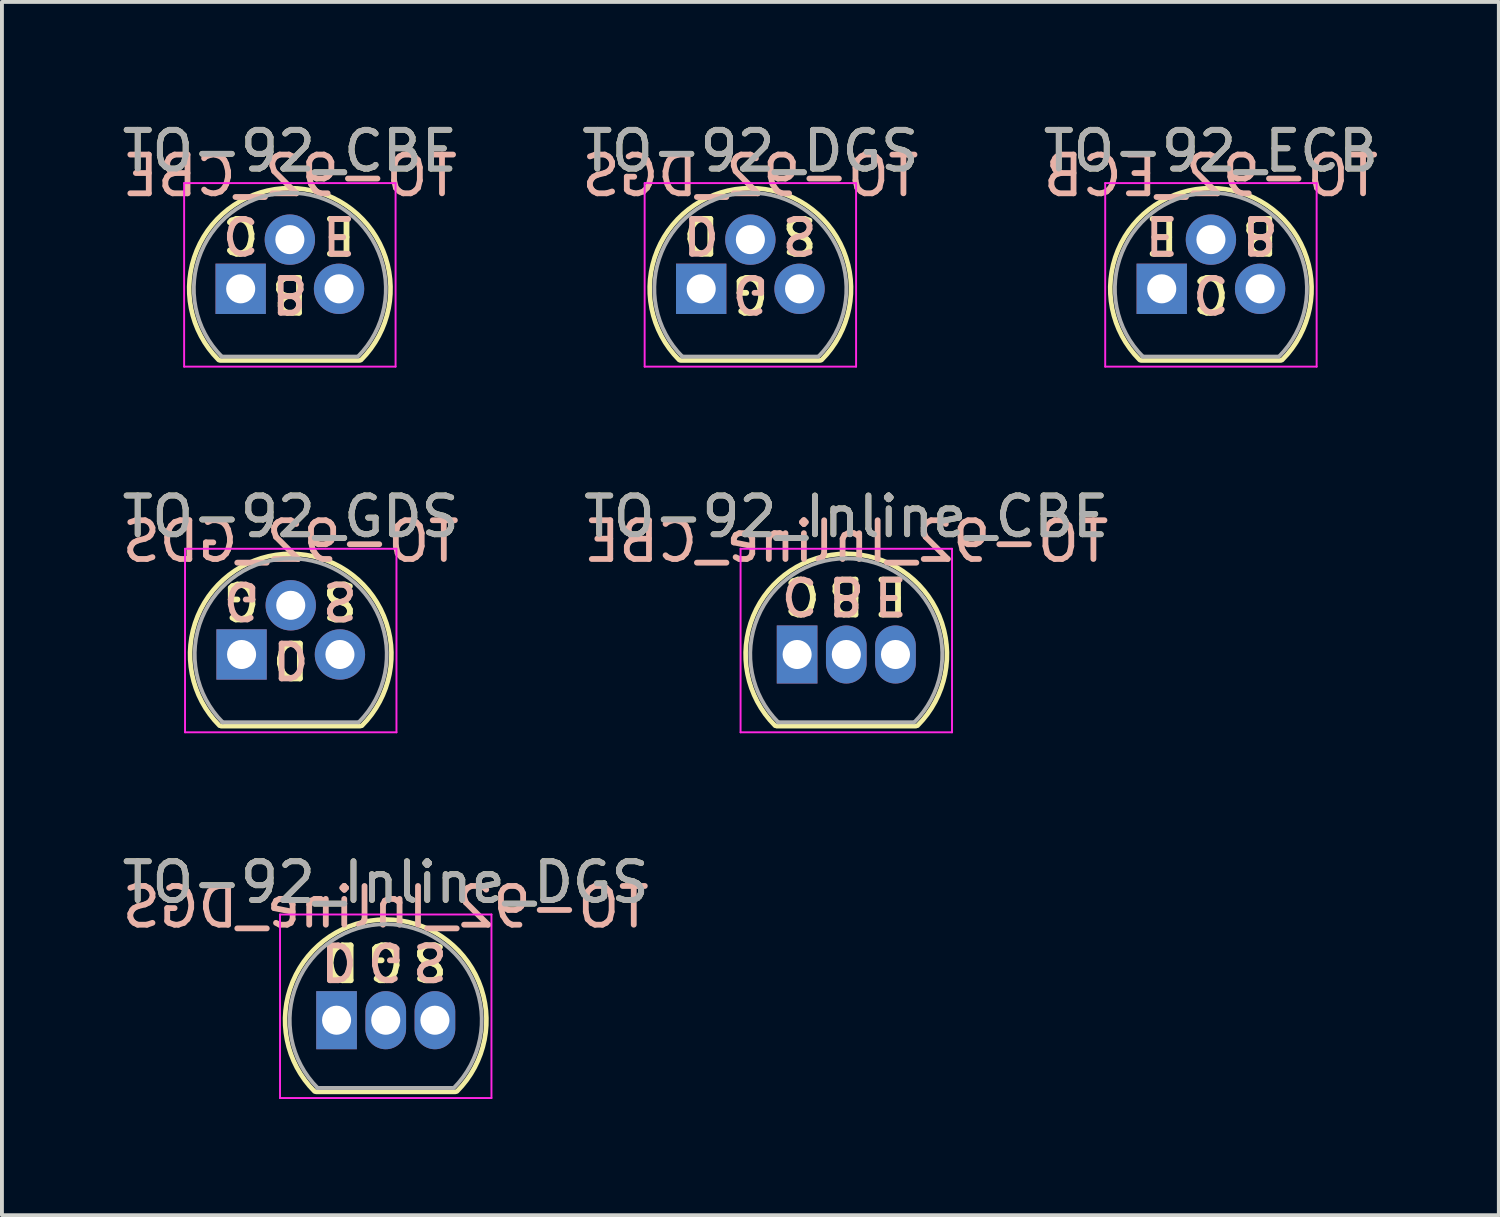
<source format=kicad_pcb>
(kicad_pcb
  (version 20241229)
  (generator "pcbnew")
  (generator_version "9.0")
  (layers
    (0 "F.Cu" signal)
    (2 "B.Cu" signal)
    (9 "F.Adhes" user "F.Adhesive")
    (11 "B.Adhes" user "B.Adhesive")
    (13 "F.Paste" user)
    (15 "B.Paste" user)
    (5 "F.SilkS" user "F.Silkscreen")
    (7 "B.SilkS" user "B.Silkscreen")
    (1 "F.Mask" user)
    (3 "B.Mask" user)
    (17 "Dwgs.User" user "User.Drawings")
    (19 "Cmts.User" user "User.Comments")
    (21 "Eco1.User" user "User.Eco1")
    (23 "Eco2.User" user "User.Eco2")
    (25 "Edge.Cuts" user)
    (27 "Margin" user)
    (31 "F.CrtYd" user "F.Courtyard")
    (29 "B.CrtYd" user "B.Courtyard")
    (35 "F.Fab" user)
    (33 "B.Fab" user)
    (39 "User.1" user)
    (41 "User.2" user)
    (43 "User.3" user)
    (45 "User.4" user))
  (footprint "TO-92_CBE"
    (layer "F.Cu")
    (at 3.165 4.408)
    (property "Reference" "TO-92_CBE" (at 1.27 -3.56 0) (layer "F.SilkS") (effects (font (size 1 1) (thickness 0.15))))
    (fp_line (start -0.53 1.85) (end 3.07 1.85) (stroke (width 0.12) (type solid)) (layer "F.SilkS"))
    (fp_arc (start -0.568478 1.838478) (mid -1.132087 -0.994977) (end 1.27 -2.6) (stroke (width 0.12) (type solid)) (layer "F.SilkS"))
    (fp_arc (start 1.27 -2.6) (mid 3.672087 -0.994977) (end 3.108478 1.838478) (stroke (width 0.12) (type solid)) (layer "F.SilkS"))
    (fp_line (start -1.46 -2.73) (end -1.46 2.01) (stroke (width 0.05) (type solid)) (layer "F.CrtYd"))
    (fp_line (start -1.46 -2.73) (end 4 -2.73) (stroke (width 0.05) (type solid)) (layer "F.CrtYd"))
    (fp_line (start 4 2.01) (end -1.46 2.01) (stroke (width 0.05) (type solid)) (layer "F.CrtYd"))
    (fp_line (start 4 2.01) (end 4 -2.73) (stroke (width 0.05) (type solid)) (layer "F.CrtYd"))
    (fp_line (start -0.5 1.75) (end 3 1.75) (stroke (width 0.1) (type solid)) (layer "F.Fab"))
    (fp_arc (start -0.483625 1.753625) (mid -1.021221 -0.949055) (end 1.27 -2.48) (stroke (width 0.1) (type solid)) (layer "F.Fab"))
    (fp_arc (start 1.27 -2.48) (mid 3.561221 -0.949055) (end 3.023625 1.753625) (stroke (width 0.1) (type solid)) (layer "F.Fab"))
    (fp_text user "E" (at 2.54 -1.397 180) (unlocked yes) (layer "F.SilkS") (effects (font (size 0.9 0.9) (thickness 0.15))))
    (fp_text user "C" (at 0 -1.397 180) (unlocked yes) (layer "F.SilkS") (effects (font (size 0.9 0.9) (thickness 0.15))))
    (fp_text user "B" (at 1.27 0.127 180) (unlocked yes) (layer "F.SilkS") (effects (font (size 0.9 0.9) (thickness 0.15))))
    (fp_text user "C" (at 0 -1.397 180) (unlocked yes) (layer "B.SilkS") (effects (font (size 0.9 0.9) (thickness 0.15)) (justify mirror)))
    (fp_text user "E" (at 2.54 -1.397 180) (unlocked yes) (layer "B.SilkS") (effects (font (size 0.9 0.9) (thickness 0.15)) (justify mirror)))
    (fp_text user "B" (at 1.27 0.127 180) (unlocked yes) (layer "B.SilkS") (effects (font (size 0.9 0.9) (thickness 0.15)) (justify mirror)))
    (fp_text user "${REFERENCE}" (at 1.27 -2.921 0) (layer "B.SilkS") (effects (font (size 1 1) (thickness 0.15)) (justify mirror)))
    (fp_text user "${REFERENCE}" (at 1.27 -3.56 0) (layer "F.Fab") (effects (font (size 1 1) (thickness 0.15))))
    (pad "1" thru_hole rect (at 0 0 90) (size 1.3 1.3) (drill 0.75) (layers "*.Cu" "*.Mask"))
    (pad "2" thru_hole circle (at 1.27 -1.27 90) (size 1.3 1.3) (drill 0.75) (layers "*.Cu" "*.Mask"))
    (pad "3" thru_hole circle (at 2.54 0 90) (size 1.3 1.3) (drill 0.75) (layers "*.Cu" "*.Mask")))
  (footprint "TO-92_Inline_DGS"
    (layer "F.Cu")
    (at 5.641 23.295)
    (property "Reference" "TO-92_Inline_DGS" (at 1.27 -3.56 0) (layer "F.SilkS") (effects (font (size 1 1) (thickness 0.15))))
    (fp_line (start -0.53 1.85) (end 3.07 1.85) (stroke (width 0.12) (type solid)) (layer "F.SilkS"))
    (fp_arc (start -0.568478 1.838478) (mid -1.132087 -0.994977) (end 1.27 -2.6) (stroke (width 0.12) (type solid)) (layer "F.SilkS"))
    (fp_arc (start 1.27 -2.6) (mid 3.672087 -0.994977) (end 3.108478 1.838478) (stroke (width 0.12) (type solid)) (layer "F.SilkS"))
    (fp_line (start -1.46 -2.73) (end -1.46 2.01) (stroke (width 0.05) (type solid)) (layer "F.CrtYd"))
    (fp_line (start -1.46 -2.73) (end 4 -2.73) (stroke (width 0.05) (type solid)) (layer "F.CrtYd"))
    (fp_line (start 4 2.01) (end -1.46 2.01) (stroke (width 0.05) (type solid)) (layer "F.CrtYd"))
    (fp_line (start 4 2.01) (end 4 -2.73) (stroke (width 0.05) (type solid)) (layer "F.CrtYd"))
    (fp_line (start -0.5 1.75) (end 3 1.75) (stroke (width 0.1) (type solid)) (layer "F.Fab"))
    (fp_arc (start -0.483625 1.753625) (mid -1.021221 -0.949055) (end 1.27 -2.48) (stroke (width 0.1) (type solid)) (layer "F.Fab"))
    (fp_arc (start 1.27 -2.48) (mid 3.561221 -0.949055) (end 3.023625 1.753625) (stroke (width 0.1) (type solid)) (layer "F.Fab"))
    (fp_text user "S" (at 2.413 -1.524 180) (unlocked yes) (layer "F.SilkS") (effects (font (size 0.9 0.9) (thickness 0.15))))
    (fp_text user "G" (at 1.27 -1.524 180) (unlocked yes) (layer "F.SilkS") (effects (font (size 0.9 0.9) (thickness 0.15))))
    (fp_text user "D" (at 0.127 -1.524 180) (unlocked yes) (layer "F.SilkS") (effects (font (size 0.9 0.9) (thickness 0.15))))
    (fp_text user "G" (at 1.27 -1.524 180) (unlocked yes) (layer "B.SilkS") (effects (font (size 0.9 0.9) (thickness 0.15)) (justify mirror)))
    (fp_text user "D" (at 0.064 -1.524 180) (unlocked yes) (layer "B.SilkS") (effects (font (size 0.9 0.9) (thickness 0.15)) (justify mirror)))
    (fp_text user "${REFERENCE}" (at 1.27 -2.921 0) (layer "B.SilkS") (effects (font (size 1 1) (thickness 0.15)) (justify mirror)))
    (fp_text user "S" (at 2.413 -1.524 180) (unlocked yes) (layer "B.SilkS") (effects (font (size 0.9 0.9) (thickness 0.15)) (justify mirror)))
    (fp_text user "${REFERENCE}" (at 1.27 -3.56 0) (layer "F.Fab") (effects (font (size 1 1) (thickness 0.15))))
    (pad "1" thru_hole rect (at 0 0) (size 1.05 1.5) (drill 0.75) (layers "*.Cu" "*.Mask"))
    (pad "2" thru_hole oval (at 1.27 0) (size 1.05 1.5) (drill 0.75) (layers "*.Cu" "*.Mask"))
    (pad "3" thru_hole oval (at 2.54 0) (size 1.05 1.5) (drill 0.75) (layers "*.Cu" "*.Mask")))
  (footprint "TO-92_DGS"
    (layer "F.Cu")
    (at 15.057 4.408)
    (property "Reference" "TO-92_DGS" (at 1.27 -3.56 0) (layer "F.SilkS") (effects (font (size 1 1) (thickness 0.15))))
    (fp_line (start -0.53 1.85) (end 3.07 1.85) (stroke (width 0.12) (type solid)) (layer "F.SilkS"))
    (fp_arc (start -0.568478 1.838478) (mid -1.132087 -0.994977) (end 1.27 -2.6) (stroke (width 0.12) (type solid)) (layer "F.SilkS"))
    (fp_arc (start 1.27 -2.6) (mid 3.672087 -0.994977) (end 3.108478 1.838478) (stroke (width 0.12) (type solid)) (layer "F.SilkS"))
    (fp_line (start -1.46 -2.73) (end -1.46 2.01) (stroke (width 0.05) (type solid)) (layer "F.CrtYd"))
    (fp_line (start -1.46 -2.73) (end 4 -2.73) (stroke (width 0.05) (type solid)) (layer "F.CrtYd"))
    (fp_line (start 4 2.01) (end -1.46 2.01) (stroke (width 0.05) (type solid)) (layer "F.CrtYd"))
    (fp_line (start 4 2.01) (end 4 -2.73) (stroke (width 0.05) (type solid)) (layer "F.CrtYd"))
    (fp_line (start -0.5 1.75) (end 3 1.75) (stroke (width 0.1) (type solid)) (layer "F.Fab"))
    (fp_arc (start -0.483625 1.753625) (mid -1.021221 -0.949055) (end 1.27 -2.48) (stroke (width 0.1) (type solid)) (layer "F.Fab"))
    (fp_arc (start 1.27 -2.48) (mid 3.561221 -0.949055) (end 3.023625 1.753625) (stroke (width 0.1) (type solid)) (layer "F.Fab"))
    (fp_text user "S" (at 2.54 -1.397 180) (unlocked yes) (layer "F.SilkS") (effects (font (size 0.9 0.9) (thickness 0.15))))
    (fp_text user "G" (at 1.27 0.127 180) (unlocked yes) (layer "F.SilkS") (effects (font (size 0.9 0.9) (thickness 0.15))))
    (fp_text user "D" (at 0 -1.397 180) (unlocked yes) (layer "F.SilkS") (effects (font (size 0.9 0.9) (thickness 0.15))))
    (fp_text user "S" (at 2.54 -1.397 180) (unlocked yes) (layer "B.SilkS") (effects (font (size 0.9 0.9) (thickness 0.15)) (justify mirror)))
    (fp_text user "G" (at 1.27 0.127 180) (unlocked yes) (layer "B.SilkS") (effects (font (size 0.9 0.9) (thickness 0.15)) (justify mirror)))
    (fp_text user "${REFERENCE}" (at 1.27 -2.921 0) (layer "B.SilkS") (effects (font (size 1 1) (thickness 0.15)) (justify mirror)))
    (fp_text user "D" (at 0 -1.397 180) (unlocked yes) (layer "B.SilkS") (effects (font (size 0.9 0.9) (thickness 0.15)) (justify mirror)))
    (fp_text user "${REFERENCE}" (at 1.27 -3.56 0) (layer "F.Fab") (effects (font (size 1 1) (thickness 0.15))))
    (pad "1" thru_hole rect (at 0 0 90) (size 1.3 1.3) (drill 0.75) (layers "*.Cu" "*.Mask"))
    (pad "2" thru_hole circle (at 1.27 -1.27 90) (size 1.3 1.3) (drill 0.75) (layers "*.Cu" "*.Mask"))
    (pad "3" thru_hole circle (at 2.54 0 90) (size 1.3 1.3) (drill 0.75) (layers "*.Cu" "*.Mask")))
  (footprint "TO-92_ECB"
    (layer "F.Cu")
    (at 26.95 4.408)
    (property "Reference" "TO-92_ECB" (at 1.27 -3.56 0) (layer "F.SilkS") (effects (font (size 1 1) (thickness 0.15))))
    (fp_line (start -0.53 1.85) (end 3.07 1.85) (stroke (width 0.12) (type solid)) (layer "F.SilkS"))
    (fp_arc (start -0.568478 1.838478) (mid -1.132087 -0.994977) (end 1.27 -2.6) (stroke (width 0.12) (type solid)) (layer "F.SilkS"))
    (fp_arc (start 1.27 -2.6) (mid 3.672087 -0.994977) (end 3.108478 1.838478) (stroke (width 0.12) (type solid)) (layer "F.SilkS"))
    (fp_line (start -1.46 -2.73) (end -1.46 2.01) (stroke (width 0.05) (type solid)) (layer "F.CrtYd"))
    (fp_line (start -1.46 -2.73) (end 4 -2.73) (stroke (width 0.05) (type solid)) (layer "F.CrtYd"))
    (fp_line (start 4 2.01) (end -1.46 2.01) (stroke (width 0.05) (type solid)) (layer "F.CrtYd"))
    (fp_line (start 4 2.01) (end 4 -2.73) (stroke (width 0.05) (type solid)) (layer "F.CrtYd"))
    (fp_line (start -0.5 1.75) (end 3 1.75) (stroke (width 0.1) (type solid)) (layer "F.Fab"))
    (fp_arc (start -0.483625 1.753625) (mid -1.021221 -0.949055) (end 1.27 -2.48) (stroke (width 0.1) (type solid)) (layer "F.Fab"))
    (fp_arc (start 1.27 -2.48) (mid 3.561221 -0.949055) (end 3.023625 1.753625) (stroke (width 0.1) (type solid)) (layer "F.Fab"))
    (fp_text user "C" (at 1.27 0.127 180) (unlocked yes) (layer "F.SilkS") (effects (font (size 0.9 0.9) (thickness 0.15))))
    (fp_text user "E" (at 0 -1.397 180) (unlocked yes) (layer "F.SilkS") (effects (font (size 0.9 0.9) (thickness 0.15))))
    (fp_text user "B" (at 2.54 -1.397 180) (unlocked yes) (layer "F.SilkS") (effects (font (size 0.9 0.9) (thickness 0.15))))
    (fp_text user "C" (at 1.27 0.127 180) (unlocked yes) (layer "B.SilkS") (effects (font (size 0.9 0.9) (thickness 0.15)) (justify mirror)))
    (fp_text user "${REFERENCE}" (at 1.27 -2.921 0) (layer "B.SilkS") (effects (font (size 1 1) (thickness 0.15)) (justify mirror)))
    (fp_text user "B" (at 2.54 -1.397 180) (unlocked yes) (layer "B.SilkS") (effects (font (size 0.9 0.9) (thickness 0.15)) (justify mirror)))
    (fp_text user "E" (at 0 -1.397 180) (unlocked yes) (layer "B.SilkS") (effects (font (size 0.9 0.9) (thickness 0.15)) (justify mirror)))
    (fp_text user "${REFERENCE}" (at 1.27 -3.56 0) (layer "F.Fab") (effects (font (size 1 1) (thickness 0.15))))
    (pad "1" thru_hole rect (at 0 0 90) (size 1.3 1.3) (drill 0.75) (layers "*.Cu" "*.Mask"))
    (pad "2" thru_hole circle (at 1.27 -1.27 90) (size 1.3 1.3) (drill 0.75) (layers "*.Cu" "*.Mask"))
    (pad "3" thru_hole circle (at 2.54 0 90) (size 1.3 1.3) (drill 0.75) (layers "*.Cu" "*.Mask")))
  (footprint "TO-92_GDS"
    (layer "F.Cu")
    (at 3.188 13.851)
    (property "Reference" "TO-92_GDS" (at 1.27 -3.56 0) (layer "F.SilkS") (effects (font (size 1 1) (thickness 0.15))))
    (fp_line (start -0.53 1.85) (end 3.07 1.85) (stroke (width 0.12) (type solid)) (layer "F.SilkS"))
    (fp_arc (start -0.568478 1.838478) (mid -1.132087 -0.994977) (end 1.27 -2.6) (stroke (width 0.12) (type solid)) (layer "F.SilkS"))
    (fp_arc (start 1.27 -2.6) (mid 3.672087 -0.994977) (end 3.108478 1.838478) (stroke (width 0.12) (type solid)) (layer "F.SilkS"))
    (fp_line (start -1.46 -2.73) (end -1.46 2.01) (stroke (width 0.05) (type solid)) (layer "F.CrtYd"))
    (fp_line (start -1.46 -2.73) (end 4 -2.73) (stroke (width 0.05) (type solid)) (layer "F.CrtYd"))
    (fp_line (start 4 2.01) (end -1.46 2.01) (stroke (width 0.05) (type solid)) (layer "F.CrtYd"))
    (fp_line (start 4 2.01) (end 4 -2.73) (stroke (width 0.05) (type solid)) (layer "F.CrtYd"))
    (fp_line (start -0.5 1.75) (end 3 1.75) (stroke (width 0.1) (type solid)) (layer "F.Fab"))
    (fp_arc (start -0.483625 1.753625) (mid -1.021221 -0.949055) (end 1.27 -2.48) (stroke (width 0.1) (type solid)) (layer "F.Fab"))
    (fp_arc (start 1.27 -2.48) (mid 3.561221 -0.949055) (end 3.023625 1.753625) (stroke (width 0.1) (type solid)) (layer "F.Fab"))
    (fp_text user "D" (at 1.27 0.127 180) (unlocked yes) (layer "F.SilkS") (effects (font (size 0.9 0.9) (thickness 0.15))))
    (fp_text user "G" (at 0 -1.397 180) (unlocked yes) (layer "F.SilkS") (effects (font (size 0.9 0.9) (thickness 0.15))))
    (fp_text user "S" (at 2.54 -1.397 180) (unlocked yes) (layer "F.SilkS") (effects (font (size 0.9 0.9) (thickness 0.15))))
    (fp_text user "G" (at 0 -1.397 180) (unlocked yes) (layer "B.SilkS") (effects (font (size 0.9 0.9) (thickness 0.15)) (justify mirror)))
    (fp_text user "${REFERENCE}" (at 1.27 -2.921 0) (layer "B.SilkS") (effects (font (size 1 1) (thickness 0.15)) (justify mirror)))
    (fp_text user "D" (at 1.27 0.127 180) (unlocked yes) (layer "B.SilkS") (effects (font (size 0.9 0.9) (thickness 0.15)) (justify mirror)))
    (fp_text user "S" (at 2.54 -1.397 180) (unlocked yes) (layer "B.SilkS") (effects (font (size 0.9 0.9) (thickness 0.15)) (justify mirror)))
    (fp_text user "${REFERENCE}" (at 1.27 -3.56 0) (layer "F.Fab") (effects (font (size 1 1) (thickness 0.15))))
    (pad "1" thru_hole rect (at 0 0 90) (size 1.3 1.3) (drill 0.75) (layers "*.Cu" "*.Mask"))
    (pad "2" thru_hole circle (at 1.27 -1.27 90) (size 1.3 1.3) (drill 0.75) (layers "*.Cu" "*.Mask"))
    (pad "3" thru_hole circle (at 2.54 0 90) (size 1.3 1.3) (drill 0.75) (layers "*.Cu" "*.Mask")))
  (footprint "TO-92_Inline_CBE"
    (layer "F.Cu")
    (at 17.534 13.851)
    (property "Reference" "TO-92_Inline_CBE" (at 1.27 -3.56 0) (layer "F.SilkS") (effects (font (size 1 1) (thickness 0.15))))
    (fp_line (start -0.53 1.85) (end 3.07 1.85) (stroke (width 0.12) (type solid)) (layer "F.SilkS"))
    (fp_arc (start -0.568478 1.838478) (mid -1.132087 -0.994977) (end 1.27 -2.6) (stroke (width 0.12) (type solid)) (layer "F.SilkS"))
    (fp_arc (start 1.27 -2.6) (mid 3.672087 -0.994977) (end 3.108478 1.838478) (stroke (width 0.12) (type solid)) (layer "F.SilkS"))
    (fp_line (start -1.46 -2.73) (end -1.46 2.01) (stroke (width 0.05) (type solid)) (layer "F.CrtYd"))
    (fp_line (start -1.46 -2.73) (end 4 -2.73) (stroke (width 0.05) (type solid)) (layer "F.CrtYd"))
    (fp_line (start 4 2.01) (end -1.46 2.01) (stroke (width 0.05) (type solid)) (layer "F.CrtYd"))
    (fp_line (start 4 2.01) (end 4 -2.73) (stroke (width 0.05) (type solid)) (layer "F.CrtYd"))
    (fp_line (start -0.5 1.75) (end 3 1.75) (stroke (width 0.1) (type solid)) (layer "F.Fab"))
    (fp_arc (start -0.483625 1.753625) (mid -1.021221 -0.949055) (end 1.27 -2.48) (stroke (width 0.1) (type solid)) (layer "F.Fab"))
    (fp_arc (start 1.27 -2.48) (mid 3.561221 -0.949055) (end 3.023625 1.753625) (stroke (width 0.1) (type solid)) (layer "F.Fab"))
    (fp_text user "B" (at 1.27 -1.524 180) (unlocked yes) (layer "F.SilkS") (effects (font (size 0.9 0.9) (thickness 0.15))))
    (fp_text user "E" (at 2.413 -1.524 180) (unlocked yes) (layer "F.SilkS") (effects (font (size 0.9 0.9) (thickness 0.15))))
    (fp_text user "C" (at 0.127 -1.524 180) (unlocked yes) (layer "F.SilkS") (effects (font (size 0.9 0.9) (thickness 0.15))))
    (fp_text user "E" (at 2.413 -1.524 180) (unlocked yes) (layer "B.SilkS") (effects (font (size 0.9 0.9) (thickness 0.15)) (justify mirror)))
    (fp_text user "C" (at 0.064 -1.524 180) (unlocked yes) (layer "B.SilkS") (effects (font (size 0.9 0.9) (thickness 0.15)) (justify mirror)))
    (fp_text user "${REFERENCE}" (at 1.27 -2.921 0) (layer "B.SilkS") (effects (font (size 1 1) (thickness 0.15)) (justify mirror)))
    (fp_text user "B" (at 1.27 -1.524 180) (unlocked yes) (layer "B.SilkS") (effects (font (size 0.9 0.9) (thickness 0.15)) (justify mirror)))
    (fp_text user "${REFERENCE}" (at 1.27 -3.56 0) (layer "F.Fab") (effects (font (size 1 1) (thickness 0.15))))
    (pad "1" thru_hole rect (at 0 0) (size 1.05 1.5) (drill 0.75) (layers "*.Cu" "*.Mask"))
    (pad "2" thru_hole oval (at 1.27 0) (size 1.05 1.5) (drill 0.75) (layers "*.Cu" "*.Mask"))
    (pad "3" thru_hole oval (at 2.54 0) (size 1.05 1.5) (drill 0.75) (layers "*.Cu" "*.Mask")))
  (gr_rect
    (start -3 -3)
    (end 35.655 28.33)
    (stroke (width 0.1) (type default))
    (fill no)
    (layer "Edge.Cuts")))
</source>
